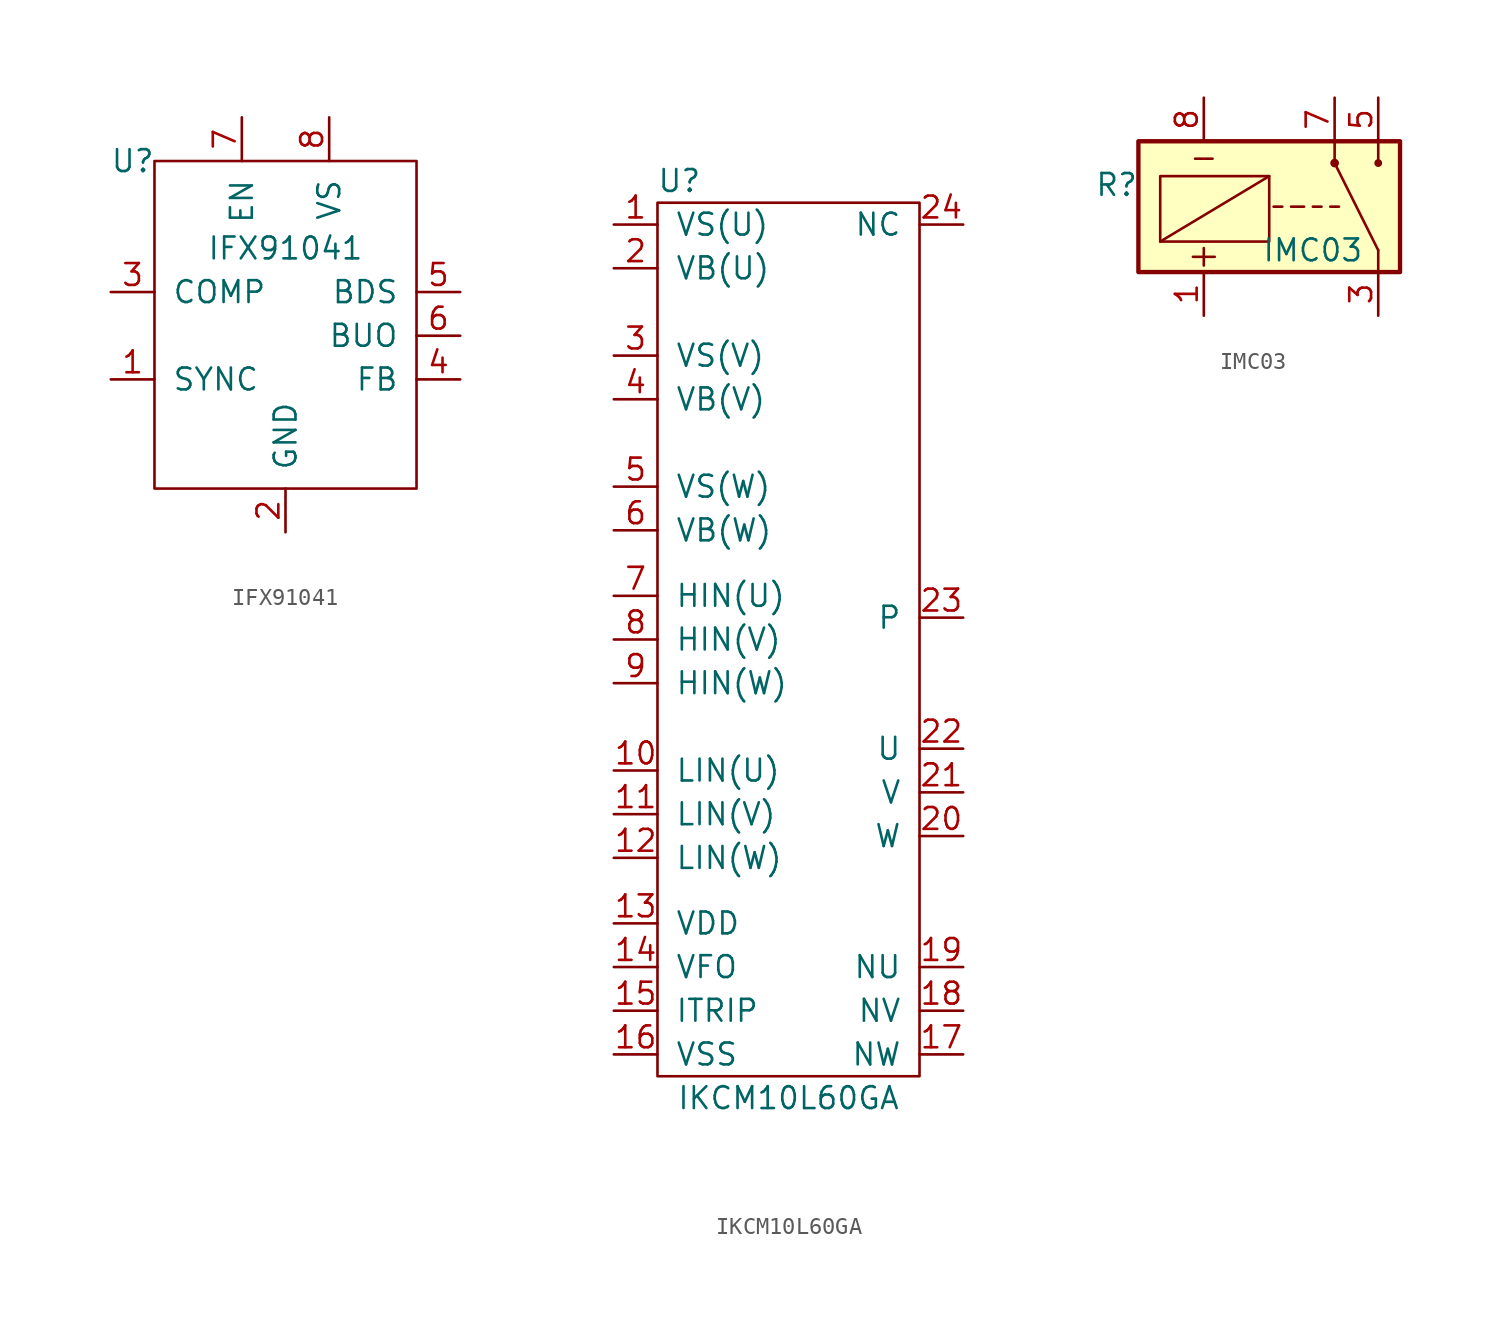
<source format=kicad_sym>
(kicad_symbol_lib
  (version 20241209)
  (generator "kicad_symbol_editor")
  (generator_version "9.0")
  (symbol "IFX91041"
    (pin_names
      (offset 1.016))
    (property "Reference" "U"
      (at -8.89 13.97 0)
      (effects (font (size 1.27 1.27))))
    (property "Value" "IFX91041"
      (at 0 8.89 0)
      (effects (font (size 1.27 1.27))))
    (symbol "IFX91041_0_1"
      (rectangle (start -7.62 -5.08) (end 7.62 13.97) (stroke (width 0) (type solid)) (fill (type none))))
    (symbol "IFX91041_1_1"
      (pin power_in line (at -10.16 6.35 0) (length 2.54) (name "COMP" (effects (font (size 1.27 1.27)))) (number "3" (effects (font (size 1.27 1.27)))))
      (pin power_in line (at -10.16 1.27 0) (length 2.54) (name "SYNC" (effects (font (size 1.27 1.27)))) (number "1" (effects (font (size 1.27 1.27)))))
      (pin power_in line (at -2.54 16.51 270) (length 2.54) (name "EN" (effects (font (size 1.27 1.27)))) (number "7" (effects (font (size 1.27 1.27)))))
      (pin power_in line (at 0 -7.62 90) (length 2.54) (name "GND" (effects (font (size 1.27 1.27)))) (number "2" (effects (font (size 1.27 1.27)))))
      (pin power_in line (at 2.54 16.51 270) (length 2.54) (name "VS" (effects (font (size 1.27 1.27)))) (number "8" (effects (font (size 1.27 1.27)))))
      (pin power_in line (at 10.16 6.35 180) (length 2.54) (name "BDS" (effects (font (size 1.27 1.27)))) (number "5" (effects (font (size 1.27 1.27)))))
      (pin power_in line (at 10.16 3.81 180) (length 2.54) (name "BUO" (effects (font (size 1.27 1.27)))) (number "6" (effects (font (size 1.27 1.27)))))
      (pin power_in line (at 10.16 1.27 180) (length 2.54) (name "FB" (effects (font (size 1.27 1.27)))) (number "4" (effects (font (size 1.27 1.27)))))))
  (symbol "IKCM10L60GA"
    (pin_names
      (offset 1.016))
    (property "Reference" "U"
      (at 1.27 12.7 0)
      (effects (font (size 1.27 1.27))))
    (property "Value" "IKCM10L60GA"
      (at 7.62 -40.64 0)
      (effects (font (size 1.27 1.27))))
    (symbol "IKCM10L60GA_0_0"
      (pin unspecified line (at -2.54 10.16 0) (length 2.54) (name "VS(U)" (effects (font (size 1.27 1.27)))) (number "1" (effects (font (size 1.27 1.27)))))
      (pin unspecified line (at -2.54 7.62 0) (length 2.54) (name "VB(U)" (effects (font (size 1.27 1.27)))) (number "2" (effects (font (size 1.27 1.27)))))
      (pin unspecified line (at -2.54 2.54 0) (length 2.54) (name "VS(V)" (effects (font (size 1.27 1.27)))) (number "3" (effects (font (size 1.27 1.27)))))
      (pin unspecified line (at -2.54 0 0) (length 2.54) (name "VB(V)" (effects (font (size 1.27 1.27)))) (number "4" (effects (font (size 1.27 1.27)))))
      (pin unspecified line (at -2.54 -5.08 0) (length 2.54) (name "VS(W)" (effects (font (size 1.27 1.27)))) (number "5" (effects (font (size 1.27 1.27)))))
      (pin unspecified line (at -2.54 -7.62 0) (length 2.54) (name "VB(W)" (effects (font (size 1.27 1.27)))) (number "6" (effects (font (size 1.27 1.27)))))
      (pin unspecified line (at -2.54 -11.43 0) (length 2.54) (name "HIN(U)" (effects (font (size 1.27 1.27)))) (number "7" (effects (font (size 1.27 1.27)))))
      (pin unspecified line (at -2.54 -13.97 0) (length 2.54) (name "HIN(V)" (effects (font (size 1.27 1.27)))) (number "8" (effects (font (size 1.27 1.27)))))
      (pin unspecified line (at -2.54 -16.51 0) (length 2.54) (name "HIN(W)" (effects (font (size 1.27 1.27)))) (number "9" (effects (font (size 1.27 1.27)))))
      (pin unspecified line (at -2.54 -21.59 0) (length 2.54) (name "LIN(U)" (effects (font (size 1.27 1.27)))) (number "10" (effects (font (size 1.27 1.27)))))
      (pin unspecified line (at -2.54 -24.13 0) (length 2.54) (name "LIN(V)" (effects (font (size 1.27 1.27)))) (number "11" (effects (font (size 1.27 1.27)))))
      (pin unspecified line (at -2.54 -26.67 0) (length 2.54) (name "LIN(W)" (effects (font (size 1.27 1.27)))) (number "12" (effects (font (size 1.27 1.27)))))
      (pin unspecified line (at -2.54 -30.48 0) (length 2.54) (name "VDD" (effects (font (size 1.27 1.27)))) (number "13" (effects (font (size 1.27 1.27)))))
      (pin unspecified line (at -2.54 -33.02 0) (length 2.54) (name "VFO" (effects (font (size 1.27 1.27)))) (number "14" (effects (font (size 1.27 1.27)))))
      (pin unspecified line (at -2.54 -35.56 0) (length 2.54) (name "ITRIP" (effects (font (size 1.27 1.27)))) (number "15" (effects (font (size 1.27 1.27)))))
      (pin unspecified line (at -2.54 -38.1 0) (length 2.54) (name "VSS" (effects (font (size 1.27 1.27)))) (number "16" (effects (font (size 1.27 1.27)))))
      (pin unspecified line (at 17.78 10.16 180) (length 2.54) (name "NC" (effects (font (size 1.27 1.27)))) (number "24" (effects (font (size 1.27 1.27)))))
      (pin unspecified line (at 17.78 -12.7 180) (length 2.54) (name "P" (effects (font (size 1.27 1.27)))) (number "23" (effects (font (size 1.27 1.27)))))
      (pin unspecified line (at 17.78 -20.32 180) (length 2.54) (name "U" (effects (font (size 1.27 1.27)))) (number "22" (effects (font (size 1.27 1.27)))))
      (pin unspecified line (at 17.78 -22.86 180) (length 2.54) (name "V" (effects (font (size 1.27 1.27)))) (number "21" (effects (font (size 1.27 1.27)))))
      (pin unspecified line (at 17.78 -25.4 180) (length 2.54) (name "W" (effects (font (size 1.27 1.27)))) (number "20" (effects (font (size 1.27 1.27)))))
      (pin unspecified line (at 17.78 -33.02 180) (length 2.54) (name "NU" (effects (font (size 1.27 1.27)))) (number "19" (effects (font (size 1.27 1.27)))))
      (pin unspecified line (at 17.78 -35.56 180) (length 2.54) (name "NV" (effects (font (size 1.27 1.27)))) (number "18" (effects (font (size 1.27 1.27)))))
      (pin unspecified line (at 17.78 -38.1 180) (length 2.54) (name "NW" (effects (font (size 1.27 1.27)))) (number "17" (effects (font (size 1.27 1.27))))))
    (symbol "IKCM10L60GA_0_1"
      (rectangle (start 0 11.43) (end 15.24 -39.37) (stroke (width 0) (type solid)) (fill (type none)))))
  (symbol "IMC03"
    (pin_names
      (offset 1.016))
    (property "Reference" "R"
      (at -13.97 6.35 0)
      (effects (font (size 1.27 1.27))))
    (property "Value" "IMC03"
      (at -2.54 2.54 0)
      (effects (font (size 1.27 1.27))))
    (symbol "IMC03_0_1"
      (rectangle (start -11.43 6.858) (end -5.08 3.048) (stroke (width 0) (type solid)) (fill (type none)))
      (polyline (pts (xy -9.525 2.159) (xy -8.255 2.159)) (stroke (width 0) (type solid)) (fill (type none)))
      (polyline (pts (xy -9.398 7.874) (xy -8.382 7.874)) (stroke (width 0) (type solid)) (fill (type none)))
      (polyline (pts (xy -8.89 2.667) (xy -8.89 1.651)) (stroke (width 0) (type solid)) (fill (type none)))
      (polyline (pts (xy -5.08 6.858) (xy -11.43 3.048)) (stroke (width 0) (type solid)) (fill (type none)))
      (polyline (pts (xy -4.826 5.08) (xy -4.318 5.08)) (stroke (width 0) (type solid)) (fill (type none)))
      (polyline (pts (xy -3.81 5.08) (xy -3.048 5.08)) (stroke (width 0) (type solid)) (fill (type none)))
      (polyline (pts (xy -2.54 5.08) (xy -2.032 5.08)) (stroke (width 0) (type solid)) (fill (type none)))
      (polyline (pts (xy -1.524 5.08) (xy -1.016 5.08)) (stroke (width 0) (type solid)) (fill (type none)))
      (polyline (pts (xy -1.27 8.89) (xy -1.27 7.62)) (stroke (width 0) (type solid)) (fill (type none)))
      (circle (center -1.27 7.62) (radius 0.203) (stroke (width 0.102) (type solid)) (fill (type outline)))
      (polyline (pts (xy 1.27 8.89) (xy 1.27 7.62)) (stroke (width 0) (type solid)) (fill (type none)))
      (circle (center 1.27 7.62) (radius 0.178) (stroke (width 0.102) (type solid)) (fill (type outline)))
      (polyline (pts (xy 1.27 2.54) (xy -1.27 7.62)) (stroke (width 0) (type solid)) (fill (type none)))
      (polyline (pts (xy 1.27 1.27) (xy 1.27 2.54)) (stroke (width 0) (type solid)) (fill (type none)))
      (rectangle (start 2.54 1.27) (end -12.7 8.89) (stroke (width 0.254) (type solid)) (fill (type background))))
    (symbol "IMC03_1_1"
      (pin power_in line (at -8.89 11.43 270) (length 2.54) (name "~" (effects (font (size 1.27 1.27)))) (number "8" (effects (font (size 1.27 1.27)))))
      (pin power_in line (at -8.89 -1.27 90) (length 2.54) (name "~" (effects (font (size 1.27 1.27)))) (number "1" (effects (font (size 1.27 1.27)))))
      (pin bidirectional line (at -1.27 11.43 270) (length 2.54) (name "~" (effects (font (size 1.27 1.27)))) (number "7" (effects (font (size 1.27 1.27)))))
      (pin bidirectional line (at 1.27 11.43 270) (length 2.54) (name "~" (effects (font (size 1.27 1.27)))) (number "5" (effects (font (size 1.27 1.27)))))
      (pin bidirectional line (at 1.27 -1.27 90) (length 2.54) (name "~" (effects (font (size 1.27 1.27)))) (number "3" (effects (font (size 1.27 1.27))))))))
</source>
